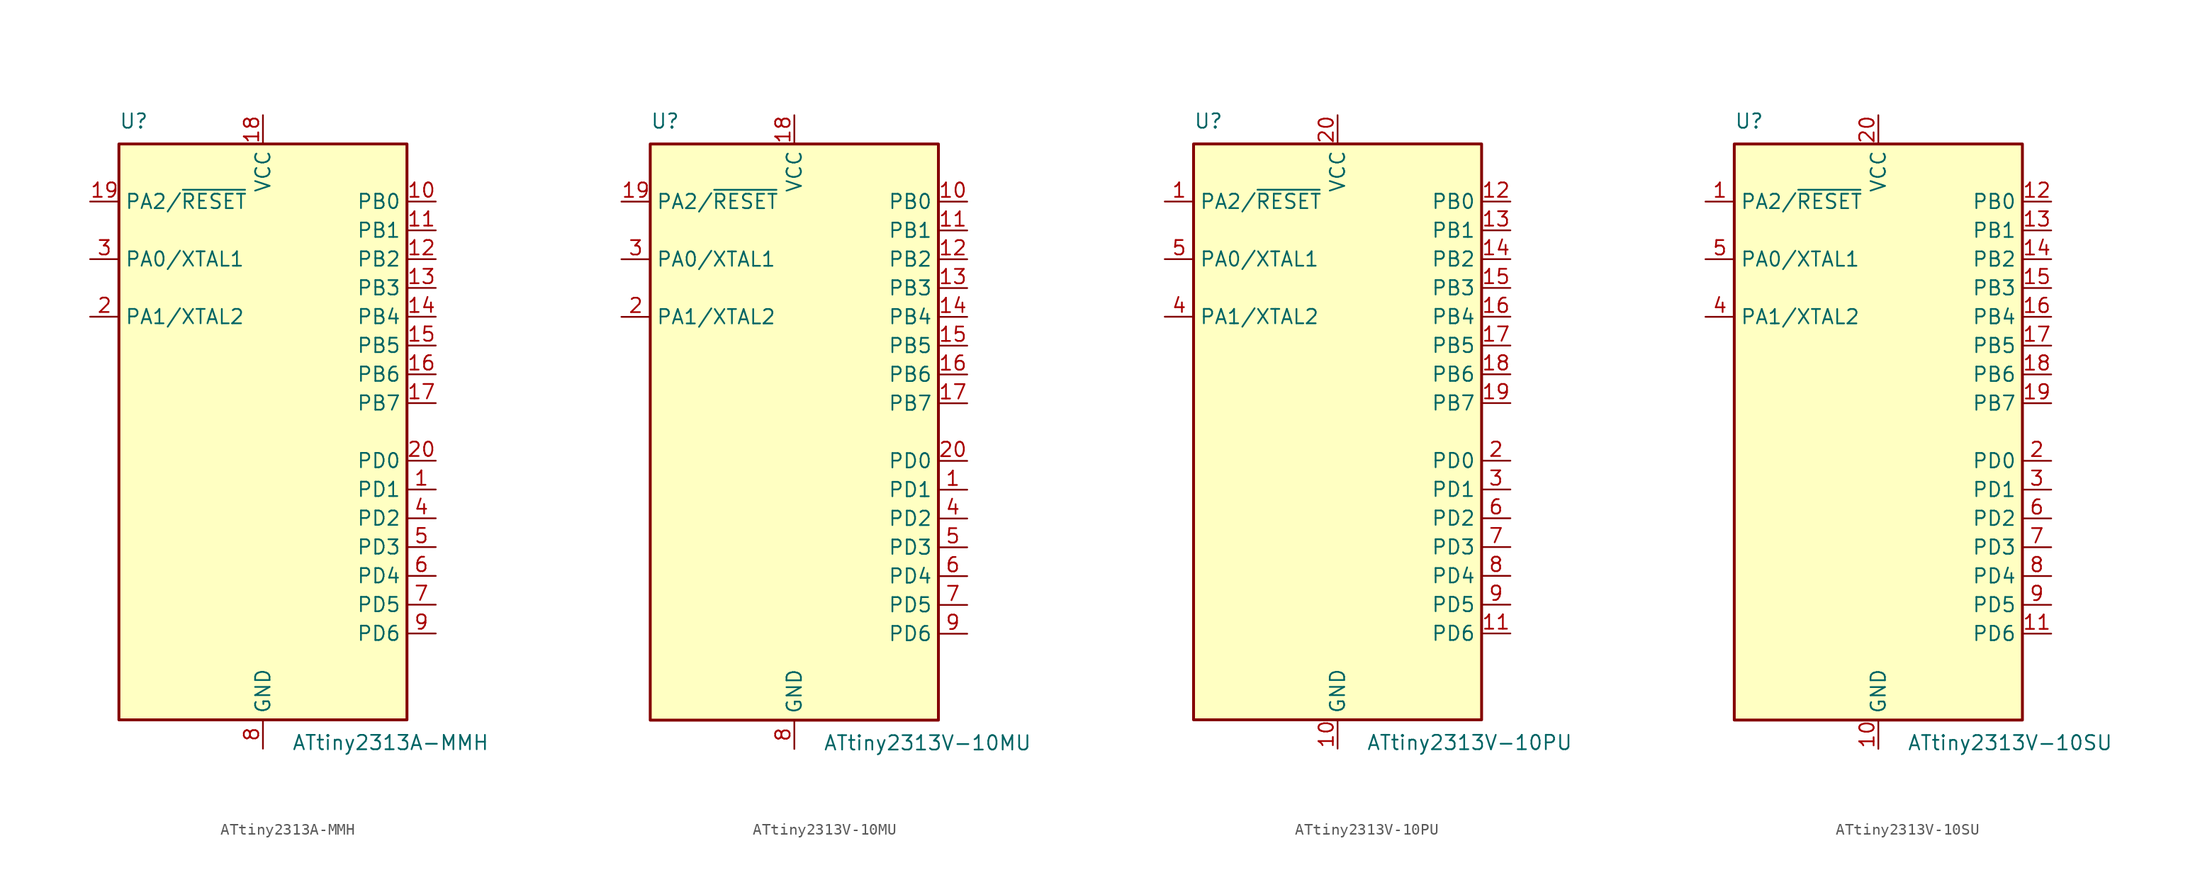
<source format=kicad_sym>
(kicad_symbol_lib
  (version 20211014)
  (generator kicad_symbol_editor)
  (symbol "ATtiny2313A-MMH"
    (property "Reference" "U"
      (at -12.7 26.67 0)
      (effects (font (size 1.27 1.27)) (justify left bottom)))
    (property "Value" "ATtiny2313A-MMH"
      (at 2.54 -26.67 0)
      (effects (font (size 1.27 1.27)) (justify left top)))
    (symbol "ATtiny2313A-MMH_0_1"
      (rectangle (start -12.7 -25.4) (end 12.7 25.4) (stroke (width 0.254) (type default) (color 0 0 0 0)) (fill (type background))))
    (symbol "ATtiny2313A-MMH_1_1"
      (pin bidirectional line (at 15.24 -5.08 180) (length 2.54) (name "PD1" (effects (font (size 1.27 1.27)))) (number "1" (effects (font (size 1.27 1.27)))))
      (pin bidirectional line (at 15.24 20.32 180) (length 2.54) (name "PB0" (effects (font (size 1.27 1.27)))) (number "10" (effects (font (size 1.27 1.27)))))
      (pin bidirectional line (at 15.24 17.78 180) (length 2.54) (name "PB1" (effects (font (size 1.27 1.27)))) (number "11" (effects (font (size 1.27 1.27)))))
      (pin bidirectional line (at 15.24 15.24 180) (length 2.54) (name "PB2" (effects (font (size 1.27 1.27)))) (number "12" (effects (font (size 1.27 1.27)))))
      (pin bidirectional line (at 15.24 12.7 180) (length 2.54) (name "PB3" (effects (font (size 1.27 1.27)))) (number "13" (effects (font (size 1.27 1.27)))))
      (pin bidirectional line (at 15.24 10.16 180) (length 2.54) (name "PB4" (effects (font (size 1.27 1.27)))) (number "14" (effects (font (size 1.27 1.27)))))
      (pin bidirectional line (at 15.24 7.62 180) (length 2.54) (name "PB5" (effects (font (size 1.27 1.27)))) (number "15" (effects (font (size 1.27 1.27)))))
      (pin bidirectional line (at 15.24 5.08 180) (length 2.54) (name "PB6" (effects (font (size 1.27 1.27)))) (number "16" (effects (font (size 1.27 1.27)))))
      (pin bidirectional line (at 15.24 2.54 180) (length 2.54) (name "PB7" (effects (font (size 1.27 1.27)))) (number "17" (effects (font (size 1.27 1.27)))))
      (pin power_in line (at 0 27.94 270) (length 2.54) (name "VCC" (effects (font (size 1.27 1.27)))) (number "18" (effects (font (size 1.27 1.27)))))
      (pin bidirectional line (at -15.24 20.32 0) (length 2.54) (name "PA2/~{RESET}" (effects (font (size 1.27 1.27)))) (number "19" (effects (font (size 1.27 1.27)))))
      (pin bidirectional line (at -15.24 10.16 0) (length 2.54) (name "PA1/XTAL2" (effects (font (size 1.27 1.27)))) (number "2" (effects (font (size 1.27 1.27)))))
      (pin bidirectional line (at 15.24 -2.54 180) (length 2.54) (name "PD0" (effects (font (size 1.27 1.27)))) (number "20" (effects (font (size 1.27 1.27)))))
      (pin passive line (at 0 -27.94 90) (length 2.54) hide (name "GND" (effects (font (size 1.27 1.27)))) (number "21" (effects (font (size 1.27 1.27)))))
      (pin bidirectional line (at -15.24 15.24 0) (length 2.54) (name "PA0/XTAL1" (effects (font (size 1.27 1.27)))) (number "3" (effects (font (size 1.27 1.27)))))
      (pin bidirectional line (at 15.24 -7.62 180) (length 2.54) (name "PD2" (effects (font (size 1.27 1.27)))) (number "4" (effects (font (size 1.27 1.27)))))
      (pin bidirectional line (at 15.24 -10.16 180) (length 2.54) (name "PD3" (effects (font (size 1.27 1.27)))) (number "5" (effects (font (size 1.27 1.27)))))
      (pin bidirectional line (at 15.24 -12.7 180) (length 2.54) (name "PD4" (effects (font (size 1.27 1.27)))) (number "6" (effects (font (size 1.27 1.27)))))
      (pin bidirectional line (at 15.24 -15.24 180) (length 2.54) (name "PD5" (effects (font (size 1.27 1.27)))) (number "7" (effects (font (size 1.27 1.27)))))
      (pin power_in line (at 0 -27.94 90) (length 2.54) (name "GND" (effects (font (size 1.27 1.27)))) (number "8" (effects (font (size 1.27 1.27)))))
      (pin bidirectional line (at 15.24 -17.78 180) (length 2.54) (name "PD6" (effects (font (size 1.27 1.27)))) (number "9" (effects (font (size 1.27 1.27)))))))
  (symbol "ATtiny2313V-10MU"
    (property "Reference" "U"
      (at -12.7 26.67 0)
      (effects (font (size 1.27 1.27)) (justify left bottom)))
    (property "Value" "ATtiny2313V-10MU"
      (at 2.54 -26.67 0)
      (effects (font (size 1.27 1.27)) (justify left top)))
    (symbol "ATtiny2313V-10MU_0_1"
      (rectangle (start -12.7 -25.4) (end 12.7 25.4) (stroke (width 0.254) (type default) (color 0 0 0 0)) (fill (type background))))
    (symbol "ATtiny2313V-10MU_1_1"
      (pin bidirectional line (at 15.24 -5.08 180) (length 2.54) (name "PD1" (effects (font (size 1.27 1.27)))) (number "1" (effects (font (size 1.27 1.27)))))
      (pin bidirectional line (at 15.24 20.32 180) (length 2.54) (name "PB0" (effects (font (size 1.27 1.27)))) (number "10" (effects (font (size 1.27 1.27)))))
      (pin bidirectional line (at 15.24 17.78 180) (length 2.54) (name "PB1" (effects (font (size 1.27 1.27)))) (number "11" (effects (font (size 1.27 1.27)))))
      (pin bidirectional line (at 15.24 15.24 180) (length 2.54) (name "PB2" (effects (font (size 1.27 1.27)))) (number "12" (effects (font (size 1.27 1.27)))))
      (pin bidirectional line (at 15.24 12.7 180) (length 2.54) (name "PB3" (effects (font (size 1.27 1.27)))) (number "13" (effects (font (size 1.27 1.27)))))
      (pin bidirectional line (at 15.24 10.16 180) (length 2.54) (name "PB4" (effects (font (size 1.27 1.27)))) (number "14" (effects (font (size 1.27 1.27)))))
      (pin bidirectional line (at 15.24 7.62 180) (length 2.54) (name "PB5" (effects (font (size 1.27 1.27)))) (number "15" (effects (font (size 1.27 1.27)))))
      (pin bidirectional line (at 15.24 5.08 180) (length 2.54) (name "PB6" (effects (font (size 1.27 1.27)))) (number "16" (effects (font (size 1.27 1.27)))))
      (pin bidirectional line (at 15.24 2.54 180) (length 2.54) (name "PB7" (effects (font (size 1.27 1.27)))) (number "17" (effects (font (size 1.27 1.27)))))
      (pin power_in line (at 0 27.94 270) (length 2.54) (name "VCC" (effects (font (size 1.27 1.27)))) (number "18" (effects (font (size 1.27 1.27)))))
      (pin bidirectional line (at -15.24 20.32 0) (length 2.54) (name "PA2/~{RESET}" (effects (font (size 1.27 1.27)))) (number "19" (effects (font (size 1.27 1.27)))))
      (pin bidirectional line (at -15.24 10.16 0) (length 2.54) (name "PA1/XTAL2" (effects (font (size 1.27 1.27)))) (number "2" (effects (font (size 1.27 1.27)))))
      (pin bidirectional line (at 15.24 -2.54 180) (length 2.54) (name "PD0" (effects (font (size 1.27 1.27)))) (number "20" (effects (font (size 1.27 1.27)))))
      (pin passive line (at 0 -27.94 90) (length 2.54) hide (name "GND" (effects (font (size 1.27 1.27)))) (number "21" (effects (font (size 1.27 1.27)))))
      (pin bidirectional line (at -15.24 15.24 0) (length 2.54) (name "PA0/XTAL1" (effects (font (size 1.27 1.27)))) (number "3" (effects (font (size 1.27 1.27)))))
      (pin bidirectional line (at 15.24 -7.62 180) (length 2.54) (name "PD2" (effects (font (size 1.27 1.27)))) (number "4" (effects (font (size 1.27 1.27)))))
      (pin bidirectional line (at 15.24 -10.16 180) (length 2.54) (name "PD3" (effects (font (size 1.27 1.27)))) (number "5" (effects (font (size 1.27 1.27)))))
      (pin bidirectional line (at 15.24 -12.7 180) (length 2.54) (name "PD4" (effects (font (size 1.27 1.27)))) (number "6" (effects (font (size 1.27 1.27)))))
      (pin bidirectional line (at 15.24 -15.24 180) (length 2.54) (name "PD5" (effects (font (size 1.27 1.27)))) (number "7" (effects (font (size 1.27 1.27)))))
      (pin power_in line (at 0 -27.94 90) (length 2.54) (name "GND" (effects (font (size 1.27 1.27)))) (number "8" (effects (font (size 1.27 1.27)))))
      (pin bidirectional line (at 15.24 -17.78 180) (length 2.54) (name "PD6" (effects (font (size 1.27 1.27)))) (number "9" (effects (font (size 1.27 1.27)))))))
  (symbol "ATtiny2313V-10PU"
    (property "Reference" "U"
      (at -12.7 26.67 0)
      (effects (font (size 1.27 1.27)) (justify left bottom)))
    (property "Value" "ATtiny2313V-10PU"
      (at 2.54 -26.67 0)
      (effects (font (size 1.27 1.27)) (justify left top)))
    (symbol "ATtiny2313V-10PU_0_1"
      (rectangle (start -12.7 -25.4) (end 12.7 25.4) (stroke (width 0.254) (type default) (color 0 0 0 0)) (fill (type background))))
    (symbol "ATtiny2313V-10PU_1_1"
      (pin bidirectional line (at -15.24 20.32 0) (length 2.54) (name "PA2/~{RESET}" (effects (font (size 1.27 1.27)))) (number "1" (effects (font (size 1.27 1.27)))))
      (pin power_in line (at 0 -27.94 90) (length 2.54) (name "GND" (effects (font (size 1.27 1.27)))) (number "10" (effects (font (size 1.27 1.27)))))
      (pin bidirectional line (at 15.24 -17.78 180) (length 2.54) (name "PD6" (effects (font (size 1.27 1.27)))) (number "11" (effects (font (size 1.27 1.27)))))
      (pin bidirectional line (at 15.24 20.32 180) (length 2.54) (name "PB0" (effects (font (size 1.27 1.27)))) (number "12" (effects (font (size 1.27 1.27)))))
      (pin bidirectional line (at 15.24 17.78 180) (length 2.54) (name "PB1" (effects (font (size 1.27 1.27)))) (number "13" (effects (font (size 1.27 1.27)))))
      (pin bidirectional line (at 15.24 15.24 180) (length 2.54) (name "PB2" (effects (font (size 1.27 1.27)))) (number "14" (effects (font (size 1.27 1.27)))))
      (pin bidirectional line (at 15.24 12.7 180) (length 2.54) (name "PB3" (effects (font (size 1.27 1.27)))) (number "15" (effects (font (size 1.27 1.27)))))
      (pin bidirectional line (at 15.24 10.16 180) (length 2.54) (name "PB4" (effects (font (size 1.27 1.27)))) (number "16" (effects (font (size 1.27 1.27)))))
      (pin bidirectional line (at 15.24 7.62 180) (length 2.54) (name "PB5" (effects (font (size 1.27 1.27)))) (number "17" (effects (font (size 1.27 1.27)))))
      (pin bidirectional line (at 15.24 5.08 180) (length 2.54) (name "PB6" (effects (font (size 1.27 1.27)))) (number "18" (effects (font (size 1.27 1.27)))))
      (pin bidirectional line (at 15.24 2.54 180) (length 2.54) (name "PB7" (effects (font (size 1.27 1.27)))) (number "19" (effects (font (size 1.27 1.27)))))
      (pin bidirectional line (at 15.24 -2.54 180) (length 2.54) (name "PD0" (effects (font (size 1.27 1.27)))) (number "2" (effects (font (size 1.27 1.27)))))
      (pin power_in line (at 0 27.94 270) (length 2.54) (name "VCC" (effects (font (size 1.27 1.27)))) (number "20" (effects (font (size 1.27 1.27)))))
      (pin bidirectional line (at 15.24 -5.08 180) (length 2.54) (name "PD1" (effects (font (size 1.27 1.27)))) (number "3" (effects (font (size 1.27 1.27)))))
      (pin bidirectional line (at -15.24 10.16 0) (length 2.54) (name "PA1/XTAL2" (effects (font (size 1.27 1.27)))) (number "4" (effects (font (size 1.27 1.27)))))
      (pin bidirectional line (at -15.24 15.24 0) (length 2.54) (name "PA0/XTAL1" (effects (font (size 1.27 1.27)))) (number "5" (effects (font (size 1.27 1.27)))))
      (pin bidirectional line (at 15.24 -7.62 180) (length 2.54) (name "PD2" (effects (font (size 1.27 1.27)))) (number "6" (effects (font (size 1.27 1.27)))))
      (pin bidirectional line (at 15.24 -10.16 180) (length 2.54) (name "PD3" (effects (font (size 1.27 1.27)))) (number "7" (effects (font (size 1.27 1.27)))))
      (pin bidirectional line (at 15.24 -12.7 180) (length 2.54) (name "PD4" (effects (font (size 1.27 1.27)))) (number "8" (effects (font (size 1.27 1.27)))))
      (pin bidirectional line (at 15.24 -15.24 180) (length 2.54) (name "PD5" (effects (font (size 1.27 1.27)))) (number "9" (effects (font (size 1.27 1.27)))))))
  (symbol "ATtiny2313V-10SU"
    (property "Reference" "U"
      (at -12.7 26.67 0)
      (effects (font (size 1.27 1.27)) (justify left bottom)))
    (property "Value" "ATtiny2313V-10SU"
      (at 2.54 -26.67 0)
      (effects (font (size 1.27 1.27)) (justify left top)))
    (symbol "ATtiny2313V-10SU_0_1"
      (rectangle (start -12.7 -25.4) (end 12.7 25.4) (stroke (width 0.254) (type default) (color 0 0 0 0)) (fill (type background))))
    (symbol "ATtiny2313V-10SU_1_1"
      (pin bidirectional line (at -15.24 20.32 0) (length 2.54) (name "PA2/~{RESET}" (effects (font (size 1.27 1.27)))) (number "1" (effects (font (size 1.27 1.27)))))
      (pin power_in line (at 0 -27.94 90) (length 2.54) (name "GND" (effects (font (size 1.27 1.27)))) (number "10" (effects (font (size 1.27 1.27)))))
      (pin bidirectional line (at 15.24 -17.78 180) (length 2.54) (name "PD6" (effects (font (size 1.27 1.27)))) (number "11" (effects (font (size 1.27 1.27)))))
      (pin bidirectional line (at 15.24 20.32 180) (length 2.54) (name "PB0" (effects (font (size 1.27 1.27)))) (number "12" (effects (font (size 1.27 1.27)))))
      (pin bidirectional line (at 15.24 17.78 180) (length 2.54) (name "PB1" (effects (font (size 1.27 1.27)))) (number "13" (effects (font (size 1.27 1.27)))))
      (pin bidirectional line (at 15.24 15.24 180) (length 2.54) (name "PB2" (effects (font (size 1.27 1.27)))) (number "14" (effects (font (size 1.27 1.27)))))
      (pin bidirectional line (at 15.24 12.7 180) (length 2.54) (name "PB3" (effects (font (size 1.27 1.27)))) (number "15" (effects (font (size 1.27 1.27)))))
      (pin bidirectional line (at 15.24 10.16 180) (length 2.54) (name "PB4" (effects (font (size 1.27 1.27)))) (number "16" (effects (font (size 1.27 1.27)))))
      (pin bidirectional line (at 15.24 7.62 180) (length 2.54) (name "PB5" (effects (font (size 1.27 1.27)))) (number "17" (effects (font (size 1.27 1.27)))))
      (pin bidirectional line (at 15.24 5.08 180) (length 2.54) (name "PB6" (effects (font (size 1.27 1.27)))) (number "18" (effects (font (size 1.27 1.27)))))
      (pin bidirectional line (at 15.24 2.54 180) (length 2.54) (name "PB7" (effects (font (size 1.27 1.27)))) (number "19" (effects (font (size 1.27 1.27)))))
      (pin bidirectional line (at 15.24 -2.54 180) (length 2.54) (name "PD0" (effects (font (size 1.27 1.27)))) (number "2" (effects (font (size 1.27 1.27)))))
      (pin power_in line (at 0 27.94 270) (length 2.54) (name "VCC" (effects (font (size 1.27 1.27)))) (number "20" (effects (font (size 1.27 1.27)))))
      (pin bidirectional line (at 15.24 -5.08 180) (length 2.54) (name "PD1" (effects (font (size 1.27 1.27)))) (number "3" (effects (font (size 1.27 1.27)))))
      (pin bidirectional line (at -15.24 10.16 0) (length 2.54) (name "PA1/XTAL2" (effects (font (size 1.27 1.27)))) (number "4" (effects (font (size 1.27 1.27)))))
      (pin bidirectional line (at -15.24 15.24 0) (length 2.54) (name "PA0/XTAL1" (effects (font (size 1.27 1.27)))) (number "5" (effects (font (size 1.27 1.27)))))
      (pin bidirectional line (at 15.24 -7.62 180) (length 2.54) (name "PD2" (effects (font (size 1.27 1.27)))) (number "6" (effects (font (size 1.27 1.27)))))
      (pin bidirectional line (at 15.24 -10.16 180) (length 2.54) (name "PD3" (effects (font (size 1.27 1.27)))) (number "7" (effects (font (size 1.27 1.27)))))
      (pin bidirectional line (at 15.24 -12.7 180) (length 2.54) (name "PD4" (effects (font (size 1.27 1.27)))) (number "8" (effects (font (size 1.27 1.27)))))
      (pin bidirectional line (at 15.24 -15.24 180) (length 2.54) (name "PD5" (effects (font (size 1.27 1.27)))) (number "9" (effects (font (size 1.27 1.27))))))))
</source>
